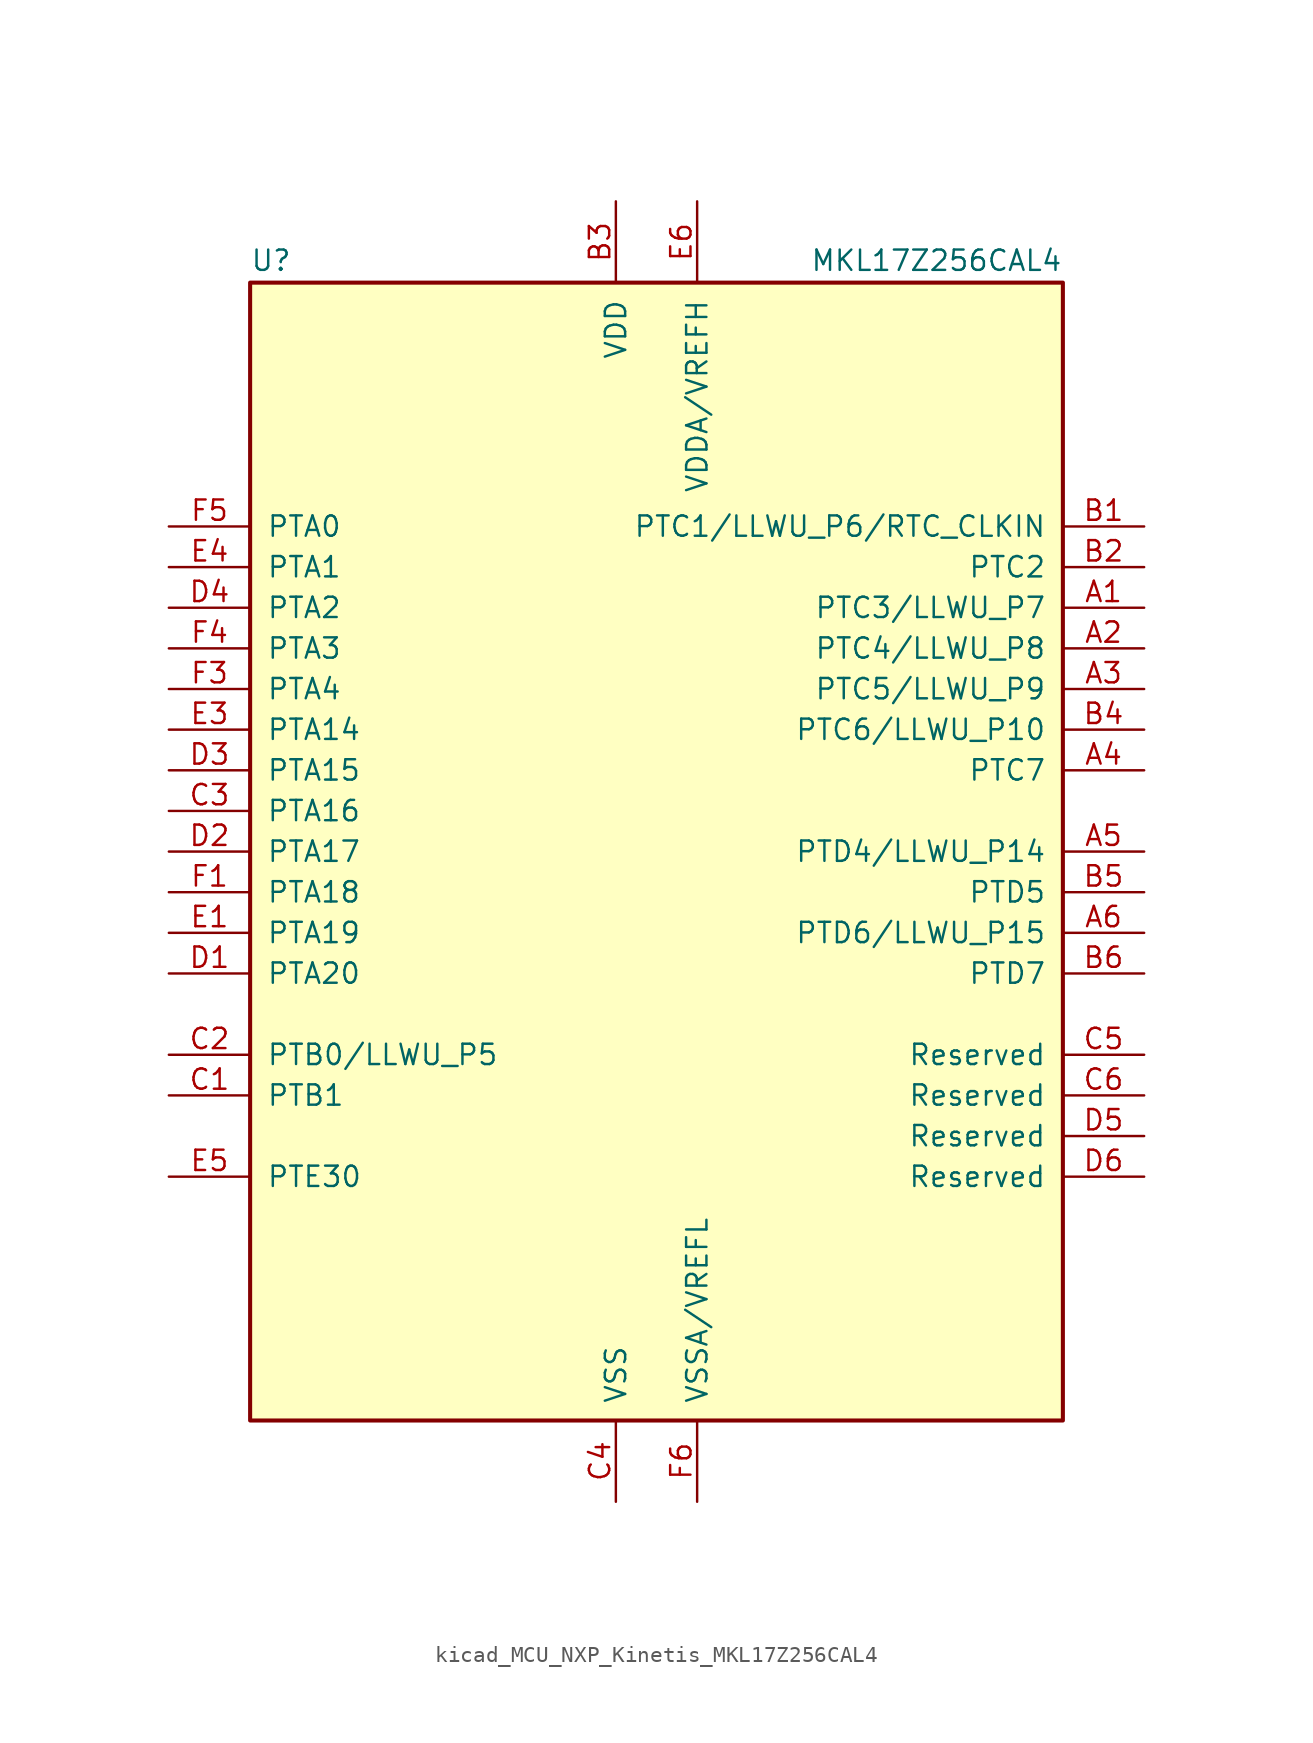
<source format=kicad_sym>
(kicad_symbol_lib
  (version 20220914)
  (generator kicad_symbol_editor)
  (symbol "kicad_MCU_NXP_Kinetis_MKL17Z256CAL4"
    (pin_names
      (offset 1.016))
    (property "Reference" "U"
      (at -25.4 36.195 0)
      (effects (font (size 1.27 1.27)) (justify left bottom)))
    (property "Value" "MKL17Z256CAL4"
      (at 25.4 36.195 0)
      (effects (font (size 1.27 1.27)) (justify right bottom)))
    (symbol "kicad_MCU_NXP_Kinetis_MKL17Z256CAL4_0_1"
      (rectangle (start -25.4 35.56) (end 25.4 -35.56) (stroke (width 0.254) (type default)) (fill (type background))))
    (symbol "kicad_MCU_NXP_Kinetis_MKL17Z256CAL4_1_1"
      (pin bidirectional line (at 30.48 15.24 180) (length 5.08) (name "PTC3/LLWU_P7" (effects (font (size 1.27 1.27)))) (number "A1" (effects (font (size 1.27 1.27)))))
      (pin bidirectional line (at 30.48 12.7 180) (length 5.08) (name "PTC4/LLWU_P8" (effects (font (size 1.27 1.27)))) (number "A2" (effects (font (size 1.27 1.27)))))
      (pin bidirectional line (at 30.48 10.16 180) (length 5.08) (name "PTC5/LLWU_P9" (effects (font (size 1.27 1.27)))) (number "A3" (effects (font (size 1.27 1.27)))))
      (pin bidirectional line (at 30.48 5.08 180) (length 5.08) (name "PTC7" (effects (font (size 1.27 1.27)))) (number "A4" (effects (font (size 1.27 1.27)))))
      (pin bidirectional line (at 30.48 0 180) (length 5.08) (name "PTD4/LLWU_P14" (effects (font (size 1.27 1.27)))) (number "A5" (effects (font (size 1.27 1.27)))))
      (pin bidirectional line (at 30.48 -5.08 180) (length 5.08) (name "PTD6/LLWU_P15" (effects (font (size 1.27 1.27)))) (number "A6" (effects (font (size 1.27 1.27)))))
      (pin bidirectional line (at 30.48 20.32 180) (length 5.08) (name "PTC1/LLWU_P6/RTC_CLKIN" (effects (font (size 1.27 1.27)))) (number "B1" (effects (font (size 1.27 1.27)))))
      (pin bidirectional line (at 30.48 17.78 180) (length 5.08) (name "PTC2" (effects (font (size 1.27 1.27)))) (number "B2" (effects (font (size 1.27 1.27)))))
      (pin power_in line (at -2.54 40.64 270) (length 5.08) (name "VDD" (effects (font (size 1.27 1.27)))) (number "B3" (effects (font (size 1.27 1.27)))))
      (pin bidirectional line (at 30.48 7.62 180) (length 5.08) (name "PTC6/LLWU_P10" (effects (font (size 1.27 1.27)))) (number "B4" (effects (font (size 1.27 1.27)))))
      (pin bidirectional line (at 30.48 -2.54 180) (length 5.08) (name "PTD5" (effects (font (size 1.27 1.27)))) (number "B5" (effects (font (size 1.27 1.27)))))
      (pin bidirectional line (at 30.48 -7.62 180) (length 5.08) (name "PTD7" (effects (font (size 1.27 1.27)))) (number "B6" (effects (font (size 1.27 1.27)))))
      (pin bidirectional line (at -30.48 -15.24 0) (length 5.08) (name "PTB1" (effects (font (size 1.27 1.27)))) (number "C1" (effects (font (size 1.27 1.27)))))
      (pin bidirectional line (at -30.48 -12.7 0) (length 5.08) (name "PTB0/LLWU_P5" (effects (font (size 1.27 1.27)))) (number "C2" (effects (font (size 1.27 1.27)))))
      (pin bidirectional line (at -30.48 2.54 0) (length 5.08) (name "PTA16" (effects (font (size 1.27 1.27)))) (number "C3" (effects (font (size 1.27 1.27)))))
      (pin power_in line (at -2.54 -40.64 90) (length 5.08) (name "VSS" (effects (font (size 1.27 1.27)))) (number "C4" (effects (font (size 1.27 1.27)))))
      (pin passive line (at 30.48 -12.7 180) (length 5.08) (name "Reserved" (effects (font (size 1.27 1.27)))) (number "C5" (effects (font (size 1.27 1.27)))))
      (pin passive line (at 30.48 -15.24 180) (length 5.08) (name "Reserved" (effects (font (size 1.27 1.27)))) (number "C6" (effects (font (size 1.27 1.27)))))
      (pin bidirectional line (at -30.48 -7.62 0) (length 5.08) (name "PTA20" (effects (font (size 1.27 1.27)))) (number "D1" (effects (font (size 1.27 1.27)))))
      (pin bidirectional line (at -30.48 0 0) (length 5.08) (name "PTA17" (effects (font (size 1.27 1.27)))) (number "D2" (effects (font (size 1.27 1.27)))))
      (pin bidirectional line (at -30.48 5.08 0) (length 5.08) (name "PTA15" (effects (font (size 1.27 1.27)))) (number "D3" (effects (font (size 1.27 1.27)))))
      (pin bidirectional line (at -30.48 15.24 0) (length 5.08) (name "PTA2" (effects (font (size 1.27 1.27)))) (number "D4" (effects (font (size 1.27 1.27)))))
      (pin passive line (at 30.48 -17.78 180) (length 5.08) (name "Reserved" (effects (font (size 1.27 1.27)))) (number "D5" (effects (font (size 1.27 1.27)))))
      (pin passive line (at 30.48 -20.32 180) (length 5.08) (name "Reserved" (effects (font (size 1.27 1.27)))) (number "D6" (effects (font (size 1.27 1.27)))))
      (pin bidirectional line (at -30.48 -5.08 0) (length 5.08) (name "PTA19" (effects (font (size 1.27 1.27)))) (number "E1" (effects (font (size 1.27 1.27)))))
      (pin passive line (at -2.54 40.64 270) (length 5.08) hide (name "VDD" (effects (font (size 1.27 1.27)))) (number "E2" (effects (font (size 1.27 1.27)))))
      (pin bidirectional line (at -30.48 7.62 0) (length 5.08) (name "PTA14" (effects (font (size 1.27 1.27)))) (number "E3" (effects (font (size 1.27 1.27)))))
      (pin bidirectional line (at -30.48 17.78 0) (length 5.08) (name "PTA1" (effects (font (size 1.27 1.27)))) (number "E4" (effects (font (size 1.27 1.27)))))
      (pin bidirectional line (at -30.48 -20.32 0) (length 5.08) (name "PTE30" (effects (font (size 1.27 1.27)))) (number "E5" (effects (font (size 1.27 1.27)))))
      (pin power_in line (at 2.54 40.64 270) (length 5.08) (name "VDDA/VREFH" (effects (font (size 1.27 1.27)))) (number "E6" (effects (font (size 1.27 1.27)))))
      (pin bidirectional line (at -30.48 -2.54 0) (length 5.08) (name "PTA18" (effects (font (size 1.27 1.27)))) (number "F1" (effects (font (size 1.27 1.27)))))
      (pin passive line (at -2.54 -40.64 90) (length 5.08) hide (name "VSS" (effects (font (size 1.27 1.27)))) (number "F2" (effects (font (size 1.27 1.27)))))
      (pin bidirectional line (at -30.48 10.16 0) (length 5.08) (name "PTA4" (effects (font (size 1.27 1.27)))) (number "F3" (effects (font (size 1.27 1.27)))))
      (pin bidirectional line (at -30.48 12.7 0) (length 5.08) (name "PTA3" (effects (font (size 1.27 1.27)))) (number "F4" (effects (font (size 1.27 1.27)))))
      (pin bidirectional line (at -30.48 20.32 0) (length 5.08) (name "PTA0" (effects (font (size 1.27 1.27)))) (number "F5" (effects (font (size 1.27 1.27)))))
      (pin power_in line (at 2.54 -40.64 90) (length 5.08) (name "VSSA/VREFL" (effects (font (size 1.27 1.27)))) (number "F6" (effects (font (size 1.27 1.27))))))))
</source>
